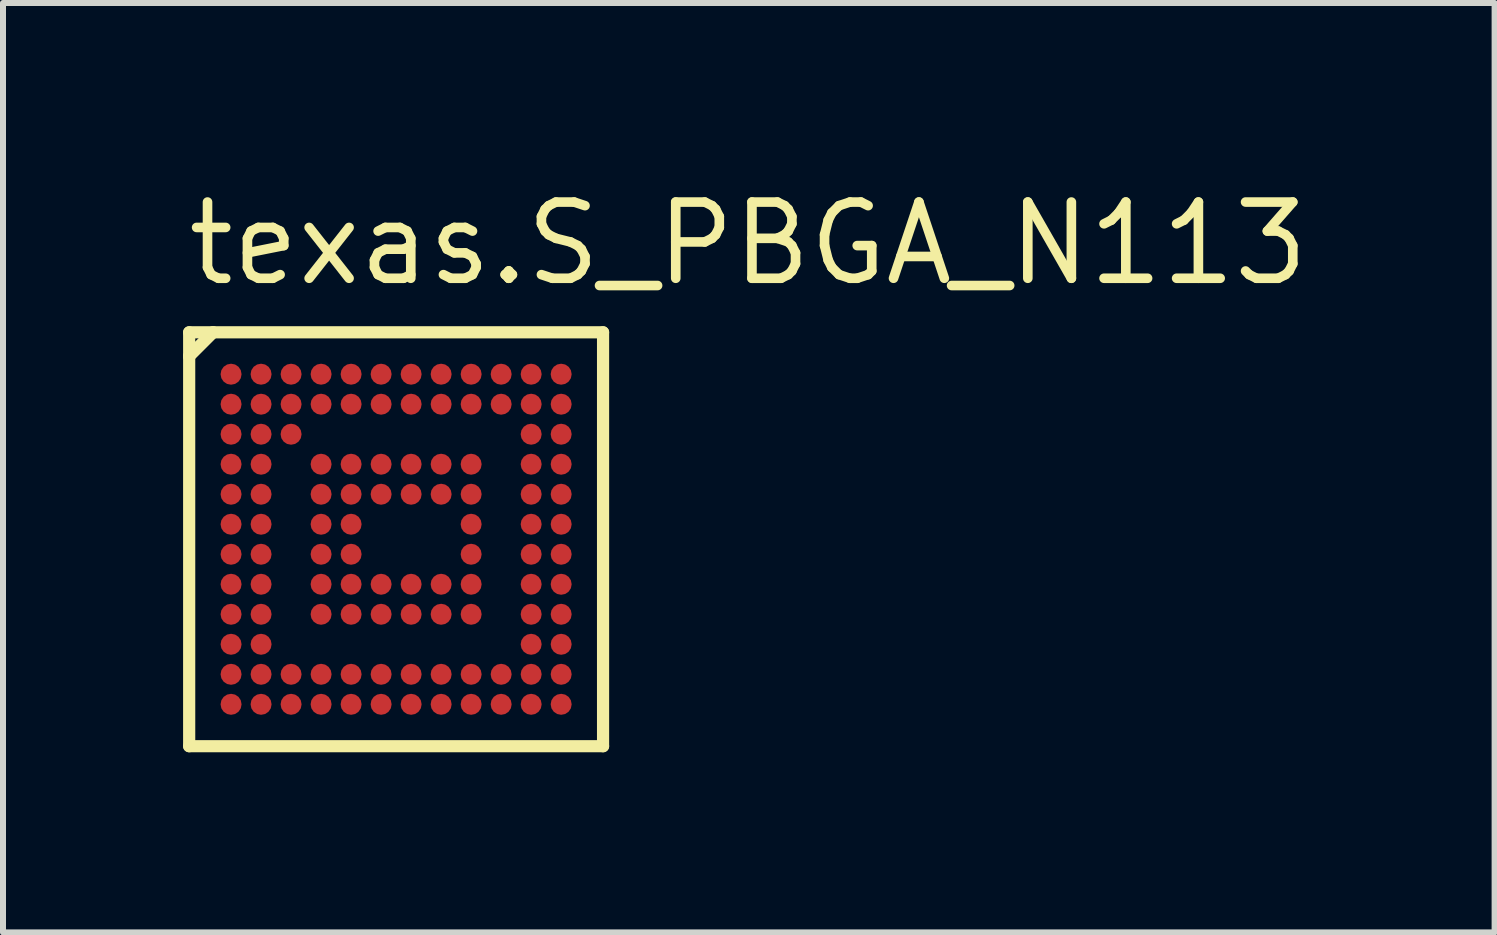
<source format=kicad_pcb>
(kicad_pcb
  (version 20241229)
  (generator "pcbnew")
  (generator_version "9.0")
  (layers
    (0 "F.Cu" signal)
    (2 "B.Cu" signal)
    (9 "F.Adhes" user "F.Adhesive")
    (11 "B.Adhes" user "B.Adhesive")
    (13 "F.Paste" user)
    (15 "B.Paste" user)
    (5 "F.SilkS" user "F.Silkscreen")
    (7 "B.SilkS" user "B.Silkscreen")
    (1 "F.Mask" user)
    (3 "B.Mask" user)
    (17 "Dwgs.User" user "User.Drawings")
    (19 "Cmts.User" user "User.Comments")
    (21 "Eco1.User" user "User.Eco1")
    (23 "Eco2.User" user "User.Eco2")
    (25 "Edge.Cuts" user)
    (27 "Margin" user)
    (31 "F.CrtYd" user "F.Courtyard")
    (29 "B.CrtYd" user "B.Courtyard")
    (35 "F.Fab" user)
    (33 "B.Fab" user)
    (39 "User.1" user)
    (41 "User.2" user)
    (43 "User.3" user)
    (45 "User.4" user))
  (footprint "texas.S_PBGA_N113"
    (layer "F.Cu")
    (at 3.55 5.935)
    (property "Reference" "texas.S_PBGA_N113" (at -3.55 -4.185 0) (layer "F.SilkS") (effects (font (size 1.27 1.27) (thickness 0.16)) (justify left bottom)))
    (attr smd)
    (fp_circle (center -2.75 -2.75) (end -2.575 -2.75) (stroke (width 0.1) (type default)) (fill no) (layer "F.Mask"))
    (fp_circle (center -2.75 -2.25) (end -2.575 -2.25) (stroke (width 0.1) (type default)) (fill no) (layer "F.Mask"))
    (fp_circle (center -2.75 -1.75) (end -2.575 -1.75) (stroke (width 0.1) (type default)) (fill no) (layer "F.Mask"))
    (fp_circle (center -2.75 -1.25) (end -2.575 -1.25) (stroke (width 0.1) (type default)) (fill no) (layer "F.Mask"))
    (fp_circle (center -2.75 -0.75) (end -2.575 -0.75) (stroke (width 0.1) (type default)) (fill no) (layer "F.Mask"))
    (fp_circle (center -2.75 -0.25) (end -2.575 -0.25) (stroke (width 0.1) (type default)) (fill no) (layer "F.Mask"))
    (fp_circle (center -2.75 0.25) (end -2.575 0.25) (stroke (width 0.1) (type default)) (fill no) (layer "F.Mask"))
    (fp_circle (center -2.75 0.75) (end -2.575 0.75) (stroke (width 0.1) (type default)) (fill no) (layer "F.Mask"))
    (fp_circle (center -2.75 1.25) (end -2.575 1.25) (stroke (width 0.1) (type default)) (fill no) (layer "F.Mask"))
    (fp_circle (center -2.75 1.75) (end -2.575 1.75) (stroke (width 0.1) (type default)) (fill no) (layer "F.Mask"))
    (fp_circle (center -2.75 2.25) (end -2.575 2.25) (stroke (width 0.1) (type default)) (fill no) (layer "F.Mask"))
    (fp_circle (center -2.75 2.75) (end -2.575 2.75) (stroke (width 0.1) (type default)) (fill no) (layer "F.Mask"))
    (fp_circle (center -2.25 -2.75) (end -2.075 -2.75) (stroke (width 0.1) (type default)) (fill no) (layer "F.Mask"))
    (fp_circle (center -2.25 -2.25) (end -2.075 -2.25) (stroke (width 0.1) (type default)) (fill no) (layer "F.Mask"))
    (fp_circle (center -2.25 -1.75) (end -2.075 -1.75) (stroke (width 0.1) (type default)) (fill no) (layer "F.Mask"))
    (fp_circle (center -2.25 -1.25) (end -2.075 -1.25) (stroke (width 0.1) (type default)) (fill no) (layer "F.Mask"))
    (fp_circle (center -2.25 -0.75) (end -2.075 -0.75) (stroke (width 0.1) (type default)) (fill no) (layer "F.Mask"))
    (fp_circle (center -2.25 -0.25) (end -2.075 -0.25) (stroke (width 0.1) (type default)) (fill no) (layer "F.Mask"))
    (fp_circle (center -2.25 0.25) (end -2.075 0.25) (stroke (width 0.1) (type default)) (fill no) (layer "F.Mask"))
    (fp_circle (center -2.25 0.75) (end -2.075 0.75) (stroke (width 0.1) (type default)) (fill no) (layer "F.Mask"))
    (fp_circle (center -2.25 1.25) (end -2.075 1.25) (stroke (width 0.1) (type default)) (fill no) (layer "F.Mask"))
    (fp_circle (center -2.25 1.75) (end -2.075 1.75) (stroke (width 0.1) (type default)) (fill no) (layer "F.Mask"))
    (fp_circle (center -2.25 2.25) (end -2.075 2.25) (stroke (width 0.1) (type default)) (fill no) (layer "F.Mask"))
    (fp_circle (center -2.25 2.75) (end -2.075 2.75) (stroke (width 0.1) (type default)) (fill no) (layer "F.Mask"))
    (fp_circle (center -1.75 -2.75) (end -1.575 -2.75) (stroke (width 0.1) (type default)) (fill no) (layer "F.Mask"))
    (fp_circle (center -1.75 -2.25) (end -1.575 -2.25) (stroke (width 0.1) (type default)) (fill no) (layer "F.Mask"))
    (fp_circle (center -1.75 -1.75) (end -1.575 -1.75) (stroke (width 0.1) (type default)) (fill no) (layer "F.Mask"))
    (fp_circle (center -1.75 2.25) (end -1.575 2.25) (stroke (width 0.1) (type default)) (fill no) (layer "F.Mask"))
    (fp_circle (center -1.75 2.75) (end -1.575 2.75) (stroke (width 0.1) (type default)) (fill no) (layer "F.Mask"))
    (fp_circle (center -1.25 -2.75) (end -1.075 -2.75) (stroke (width 0.1) (type default)) (fill no) (layer "F.Mask"))
    (fp_circle (center -1.25 -2.25) (end -1.075 -2.25) (stroke (width 0.1) (type default)) (fill no) (layer "F.Mask"))
    (fp_circle (center -1.25 -1.25) (end -1.075 -1.25) (stroke (width 0.1) (type default)) (fill no) (layer "F.Mask"))
    (fp_circle (center -1.25 -0.75) (end -1.075 -0.75) (stroke (width 0.1) (type default)) (fill no) (layer "F.Mask"))
    (fp_circle (center -1.25 -0.25) (end -1.075 -0.25) (stroke (width 0.1) (type default)) (fill no) (layer "F.Mask"))
    (fp_circle (center -1.25 0.25) (end -1.075 0.25) (stroke (width 0.1) (type default)) (fill no) (layer "F.Mask"))
    (fp_circle (center -1.25 0.75) (end -1.075 0.75) (stroke (width 0.1) (type default)) (fill no) (layer "F.Mask"))
    (fp_circle (center -1.25 1.25) (end -1.075 1.25) (stroke (width 0.1) (type default)) (fill no) (layer "F.Mask"))
    (fp_circle (center -1.25 2.25) (end -1.075 2.25) (stroke (width 0.1) (type default)) (fill no) (layer "F.Mask"))
    (fp_circle (center -1.25 2.75) (end -1.075 2.75) (stroke (width 0.1) (type default)) (fill no) (layer "F.Mask"))
    (fp_circle (center -0.75 -2.75) (end -0.575 -2.75) (stroke (width 0.1) (type default)) (fill no) (layer "F.Mask"))
    (fp_circle (center -0.75 -2.25) (end -0.575 -2.25) (stroke (width 0.1) (type default)) (fill no) (layer "F.Mask"))
    (fp_circle (center -0.75 -1.25) (end -0.575 -1.25) (stroke (width 0.1) (type default)) (fill no) (layer "F.Mask"))
    (fp_circle (center -0.75 -0.75) (end -0.575 -0.75) (stroke (width 0.1) (type default)) (fill no) (layer "F.Mask"))
    (fp_circle (center -0.75 -0.25) (end -0.575 -0.25) (stroke (width 0.1) (type default)) (fill no) (layer "F.Mask"))
    (fp_circle (center -0.75 0.25) (end -0.575 0.25) (stroke (width 0.1) (type default)) (fill no) (layer "F.Mask"))
    (fp_circle (center -0.75 0.75) (end -0.575 0.75) (stroke (width 0.1) (type default)) (fill no) (layer "F.Mask"))
    (fp_circle (center -0.75 1.25) (end -0.575 1.25) (stroke (width 0.1) (type default)) (fill no) (layer "F.Mask"))
    (fp_circle (center -0.75 2.25) (end -0.575 2.25) (stroke (width 0.1) (type default)) (fill no) (layer "F.Mask"))
    (fp_circle (center -0.75 2.75) (end -0.575 2.75) (stroke (width 0.1) (type default)) (fill no) (layer "F.Mask"))
    (fp_circle (center -0.25 -2.75) (end -0.075 -2.75) (stroke (width 0.1) (type default)) (fill no) (layer "F.Mask"))
    (fp_circle (center -0.25 -2.25) (end -0.075 -2.25) (stroke (width 0.1) (type default)) (fill no) (layer "F.Mask"))
    (fp_circle (center -0.25 -1.25) (end -0.075 -1.25) (stroke (width 0.1) (type default)) (fill no) (layer "F.Mask"))
    (fp_circle (center -0.25 -0.75) (end -0.075 -0.75) (stroke (width 0.1) (type default)) (fill no) (layer "F.Mask"))
    (fp_circle (center -0.25 0.75) (end -0.075 0.75) (stroke (width 0.1) (type default)) (fill no) (layer "F.Mask"))
    (fp_circle (center -0.25 1.25) (end -0.075 1.25) (stroke (width 0.1) (type default)) (fill no) (layer "F.Mask"))
    (fp_circle (center -0.25 2.25) (end -0.075 2.25) (stroke (width 0.1) (type default)) (fill no) (layer "F.Mask"))
    (fp_circle (center -0.25 2.75) (end -0.075 2.75) (stroke (width 0.1) (type default)) (fill no) (layer "F.Mask"))
    (fp_circle (center 0.25 -2.75) (end 0.425 -2.75) (stroke (width 0.1) (type default)) (fill no) (layer "F.Mask"))
    (fp_circle (center 0.25 -2.25) (end 0.425 -2.25) (stroke (width 0.1) (type default)) (fill no) (layer "F.Mask"))
    (fp_circle (center 0.25 -1.25) (end 0.425 -1.25) (stroke (width 0.1) (type default)) (fill no) (layer "F.Mask"))
    (fp_circle (center 0.25 -0.75) (end 0.425 -0.75) (stroke (width 0.1) (type default)) (fill no) (layer "F.Mask"))
    (fp_circle (center 0.25 0.75) (end 0.425 0.75) (stroke (width 0.1) (type default)) (fill no) (layer "F.Mask"))
    (fp_circle (center 0.25 1.25) (end 0.425 1.25) (stroke (width 0.1) (type default)) (fill no) (layer "F.Mask"))
    (fp_circle (center 0.25 2.25) (end 0.425 2.25) (stroke (width 0.1) (type default)) (fill no) (layer "F.Mask"))
    (fp_circle (center 0.25 2.75) (end 0.425 2.75) (stroke (width 0.1) (type default)) (fill no) (layer "F.Mask"))
    (fp_circle (center 0.75 -2.75) (end 0.925 -2.75) (stroke (width 0.1) (type default)) (fill no) (layer "F.Mask"))
    (fp_circle (center 0.75 -2.25) (end 0.925 -2.25) (stroke (width 0.1) (type default)) (fill no) (layer "F.Mask"))
    (fp_circle (center 0.75 -1.25) (end 0.925 -1.25) (stroke (width 0.1) (type default)) (fill no) (layer "F.Mask"))
    (fp_circle (center 0.75 -0.75) (end 0.925 -0.75) (stroke (width 0.1) (type default)) (fill no) (layer "F.Mask"))
    (fp_circle (center 0.75 0.75) (end 0.925 0.75) (stroke (width 0.1) (type default)) (fill no) (layer "F.Mask"))
    (fp_circle (center 0.75 1.25) (end 0.925 1.25) (stroke (width 0.1) (type default)) (fill no) (layer "F.Mask"))
    (fp_circle (center 0.75 2.25) (end 0.925 2.25) (stroke (width 0.1) (type default)) (fill no) (layer "F.Mask"))
    (fp_circle (center 0.75 2.75) (end 0.925 2.75) (stroke (width 0.1) (type default)) (fill no) (layer "F.Mask"))
    (fp_circle (center 1.25 -2.75) (end 1.425 -2.75) (stroke (width 0.1) (type default)) (fill no) (layer "F.Mask"))
    (fp_circle (center 1.25 -2.25) (end 1.425 -2.25) (stroke (width 0.1) (type default)) (fill no) (layer "F.Mask"))
    (fp_circle (center 1.25 -1.25) (end 1.425 -1.25) (stroke (width 0.1) (type default)) (fill no) (layer "F.Mask"))
    (fp_circle (center 1.25 -0.75) (end 1.425 -0.75) (stroke (width 0.1) (type default)) (fill no) (layer "F.Mask"))
    (fp_circle (center 1.25 -0.25) (end 1.425 -0.25) (stroke (width 0.1) (type default)) (fill no) (layer "F.Mask"))
    (fp_circle (center 1.25 0.25) (end 1.425 0.25) (stroke (width 0.1) (type default)) (fill no) (layer "F.Mask"))
    (fp_circle (center 1.25 0.75) (end 1.425 0.75) (stroke (width 0.1) (type default)) (fill no) (layer "F.Mask"))
    (fp_circle (center 1.25 1.25) (end 1.425 1.25) (stroke (width 0.1) (type default)) (fill no) (layer "F.Mask"))
    (fp_circle (center 1.25 2.25) (end 1.425 2.25) (stroke (width 0.1) (type default)) (fill no) (layer "F.Mask"))
    (fp_circle (center 1.25 2.75) (end 1.425 2.75) (stroke (width 0.1) (type default)) (fill no) (layer "F.Mask"))
    (fp_circle (center 1.75 -2.75) (end 1.925 -2.75) (stroke (width 0.1) (type default)) (fill no) (layer "F.Mask"))
    (fp_circle (center 1.75 -2.25) (end 1.925 -2.25) (stroke (width 0.1) (type default)) (fill no) (layer "F.Mask"))
    (fp_circle (center 1.75 2.25) (end 1.925 2.25) (stroke (width 0.1) (type default)) (fill no) (layer "F.Mask"))
    (fp_circle (center 1.75 2.75) (end 1.925 2.75) (stroke (width 0.1) (type default)) (fill no) (layer "F.Mask"))
    (fp_circle (center 2.25 -2.75) (end 2.425 -2.75) (stroke (width 0.1) (type default)) (fill no) (layer "F.Mask"))
    (fp_circle (center 2.25 -2.25) (end 2.425 -2.25) (stroke (width 0.1) (type default)) (fill no) (layer "F.Mask"))
    (fp_circle (center 2.25 -1.75) (end 2.425 -1.75) (stroke (width 0.1) (type default)) (fill no) (layer "F.Mask"))
    (fp_circle (center 2.25 -1.25) (end 2.425 -1.25) (stroke (width 0.1) (type default)) (fill no) (layer "F.Mask"))
    (fp_circle (center 2.25 -0.75) (end 2.425 -0.75) (stroke (width 0.1) (type default)) (fill no) (layer "F.Mask"))
    (fp_circle (center 2.25 -0.25) (end 2.425 -0.25) (stroke (width 0.1) (type default)) (fill no) (layer "F.Mask"))
    (fp_circle (center 2.25 0.25) (end 2.425 0.25) (stroke (width 0.1) (type default)) (fill no) (layer "F.Mask"))
    (fp_circle (center 2.25 0.75) (end 2.425 0.75) (stroke (width 0.1) (type default)) (fill no) (layer "F.Mask"))
    (fp_circle (center 2.25 1.25) (end 2.425 1.25) (stroke (width 0.1) (type default)) (fill no) (layer "F.Mask"))
    (fp_circle (center 2.25 1.75) (end 2.425 1.75) (stroke (width 0.1) (type default)) (fill no) (layer "F.Mask"))
    (fp_circle (center 2.25 2.25) (end 2.425 2.25) (stroke (width 0.1) (type default)) (fill no) (layer "F.Mask"))
    (fp_circle (center 2.25 2.75) (end 2.425 2.75) (stroke (width 0.1) (type default)) (fill no) (layer "F.Mask"))
    (fp_circle (center 2.75 -2.75) (end 2.925 -2.75) (stroke (width 0.1) (type default)) (fill no) (layer "F.Mask"))
    (fp_circle (center 2.75 -2.25) (end 2.925 -2.25) (stroke (width 0.1) (type default)) (fill no) (layer "F.Mask"))
    (fp_circle (center 2.75 -1.75) (end 2.925 -1.75) (stroke (width 0.1) (type default)) (fill no) (layer "F.Mask"))
    (fp_circle (center 2.75 -1.25) (end 2.925 -1.25) (stroke (width 0.1) (type default)) (fill no) (layer "F.Mask"))
    (fp_circle (center 2.75 -0.75) (end 2.925 -0.75) (stroke (width 0.1) (type default)) (fill no) (layer "F.Mask"))
    (fp_circle (center 2.75 -0.25) (end 2.925 -0.25) (stroke (width 0.1) (type default)) (fill no) (layer "F.Mask"))
    (fp_circle (center 2.75 0.25) (end 2.925 0.25) (stroke (width 0.1) (type default)) (fill no) (layer "F.Mask"))
    (fp_circle (center 2.75 0.75) (end 2.925 0.75) (stroke (width 0.1) (type default)) (fill no) (layer "F.Mask"))
    (fp_circle (center 2.75 1.25) (end 2.925 1.25) (stroke (width 0.1) (type default)) (fill no) (layer "F.Mask"))
    (fp_circle (center 2.75 1.75) (end 2.925 1.75) (stroke (width 0.1) (type default)) (fill no) (layer "F.Mask"))
    (fp_circle (center 2.75 2.25) (end 2.925 2.25) (stroke (width 0.1) (type default)) (fill no) (layer "F.Mask"))
    (fp_circle (center 2.75 2.75) (end 2.925 2.75) (stroke (width 0.1) (type default)) (fill no) (layer "F.Mask"))
    (fp_line (start -3.448 -3.448) (end -3.448 -3.05) (stroke (width 0.203) (type default)) (layer "F.SilkS"))
    (fp_line (start -3.448 -3.05) (end -3.448 3.448) (stroke (width 0.203) (type default)) (layer "F.SilkS"))
    (fp_line (start -3.448 -3.05) (end -3.05 -3.448) (stroke (width 0.203) (type default)) (layer "F.SilkS"))
    (fp_line (start -3.448 3.448) (end 3.448 3.448) (stroke (width 0.203) (type default)) (layer "F.SilkS"))
    (fp_line (start -3.05 -3.448) (end -3.448 -3.448) (stroke (width 0.203) (type default)) (layer "F.SilkS"))
    (fp_line (start 3.448 -3.448) (end -3.05 -3.448) (stroke (width 0.203) (type default)) (layer "F.SilkS"))
    (fp_line (start 3.448 3.448) (end 3.448 -3.448) (stroke (width 0.203) (type default)) (layer "F.SilkS"))
    (pad "A1" smd roundrect (at -2.75 -2.75) (size 0.35 0.35) (layers "F.Cu" "F.Mask" "F.Paste") (roundrect_rratio 0.5))
    (pad "A2" smd roundrect (at -2.25 -2.75) (size 0.35 0.35) (layers "F.Cu" "F.Mask" "F.Paste") (roundrect_rratio 0.5))
    (pad "A3" smd roundrect (at -1.75 -2.75) (size 0.35 0.35) (layers "F.Cu" "F.Mask" "F.Paste") (roundrect_rratio 0.5))
    (pad "A4" smd roundrect (at -1.25 -2.75) (size 0.35 0.35) (layers "F.Cu" "F.Mask" "F.Paste") (roundrect_rratio 0.5))
    (pad "A5" smd roundrect (at -0.75 -2.75) (size 0.35 0.35) (layers "F.Cu" "F.Mask" "F.Paste") (roundrect_rratio 0.5))
    (pad "A6" smd roundrect (at -0.25 -2.75) (size 0.35 0.35) (layers "F.Cu" "F.Mask" "F.Paste") (roundrect_rratio 0.5))
    (pad "A7" smd roundrect (at 0.25 -2.75) (size 0.35 0.35) (layers "F.Cu" "F.Mask" "F.Paste") (roundrect_rratio 0.5))
    (pad "A8" smd roundrect (at 0.75 -2.75) (size 0.35 0.35) (layers "F.Cu" "F.Mask" "F.Paste") (roundrect_rratio 0.5))
    (pad "A9" smd roundrect (at 1.25 -2.75) (size 0.35 0.35) (layers "F.Cu" "F.Mask" "F.Paste") (roundrect_rratio 0.5))
    (pad "A10" smd roundrect (at 1.75 -2.75) (size 0.35 0.35) (layers "F.Cu" "F.Mask" "F.Paste") (roundrect_rratio 0.5))
    (pad "A11" smd roundrect (at 2.25 -2.75) (size 0.35 0.35) (layers "F.Cu" "F.Mask" "F.Paste") (roundrect_rratio 0.5))
    (pad "A12" smd roundrect (at 2.75 -2.75) (size 0.35 0.35) (layers "F.Cu" "F.Mask" "F.Paste") (roundrect_rratio 0.5))
    (pad "B1" smd roundrect (at -2.75 -2.25) (size 0.35 0.35) (layers "F.Cu" "F.Mask" "F.Paste") (roundrect_rratio 0.5))
    (pad "B2" smd roundrect (at -2.25 -2.25) (size 0.35 0.35) (layers "F.Cu" "F.Mask" "F.Paste") (roundrect_rratio 0.5))
    (pad "B3" smd roundrect (at -1.75 -2.25) (size 0.35 0.35) (layers "F.Cu" "F.Mask" "F.Paste") (roundrect_rratio 0.5))
    (pad "B4" smd roundrect (at -1.25 -2.25) (size 0.35 0.35) (layers "F.Cu" "F.Mask" "F.Paste") (roundrect_rratio 0.5))
    (pad "B5" smd roundrect (at -0.75 -2.25) (size 0.35 0.35) (layers "F.Cu" "F.Mask" "F.Paste") (roundrect_rratio 0.5))
    (pad "B6" smd roundrect (at -0.25 -2.25) (size 0.35 0.35) (layers "F.Cu" "F.Mask" "F.Paste") (roundrect_rratio 0.5))
    (pad "B7" smd roundrect (at 0.25 -2.25) (size 0.35 0.35) (layers "F.Cu" "F.Mask" "F.Paste") (roundrect_rratio 0.5))
    (pad "B8" smd roundrect (at 0.75 -2.25) (size 0.35 0.35) (layers "F.Cu" "F.Mask" "F.Paste") (roundrect_rratio 0.5))
    (pad "B9" smd roundrect (at 1.25 -2.25) (size 0.35 0.35) (layers "F.Cu" "F.Mask" "F.Paste") (roundrect_rratio 0.5))
    (pad "B10" smd roundrect (at 1.75 -2.25) (size 0.35 0.35) (layers "F.Cu" "F.Mask" "F.Paste") (roundrect_rratio 0.5))
    (pad "B11" smd roundrect (at 2.25 -2.25) (size 0.35 0.35) (layers "F.Cu" "F.Mask" "F.Paste") (roundrect_rratio 0.5))
    (pad "B12" smd roundrect (at 2.75 -2.25) (size 0.35 0.35) (layers "F.Cu" "F.Mask" "F.Paste") (roundrect_rratio 0.5))
    (pad "C1" smd roundrect (at -2.75 -1.75) (size 0.35 0.35) (layers "F.Cu" "F.Mask" "F.Paste") (roundrect_rratio 0.5))
    (pad "C2" smd roundrect (at -2.25 -1.75) (size 0.35 0.35) (layers "F.Cu" "F.Mask" "F.Paste") (roundrect_rratio 0.5))
    (pad "C3" smd roundrect (at -1.75 -1.75) (size 0.35 0.35) (layers "F.Cu" "F.Mask" "F.Paste") (roundrect_rratio 0.5))
    (pad "C11" smd roundrect (at 2.25 -1.75) (size 0.35 0.35) (layers "F.Cu" "F.Mask" "F.Paste") (roundrect_rratio 0.5))
    (pad "C12" smd roundrect (at 2.75 -1.75) (size 0.35 0.35) (layers "F.Cu" "F.Mask" "F.Paste") (roundrect_rratio 0.5))
    (pad "D1" smd roundrect (at -2.75 -1.25) (size 0.35 0.35) (layers "F.Cu" "F.Mask" "F.Paste") (roundrect_rratio 0.5))
    (pad "D2" smd roundrect (at -2.25 -1.25) (size 0.35 0.35) (layers "F.Cu" "F.Mask" "F.Paste") (roundrect_rratio 0.5))
    (pad "D4" smd roundrect (at -1.25 -1.25) (size 0.35 0.35) (layers "F.Cu" "F.Mask" "F.Paste") (roundrect_rratio 0.5))
    (pad "D5" smd roundrect (at -0.75 -1.25) (size 0.35 0.35) (layers "F.Cu" "F.Mask" "F.Paste") (roundrect_rratio 0.5))
    (pad "D6" smd roundrect (at -0.25 -1.25) (size 0.35 0.35) (layers "F.Cu" "F.Mask" "F.Paste") (roundrect_rratio 0.5))
    (pad "D7" smd roundrect (at 0.25 -1.25) (size 0.35 0.35) (layers "F.Cu" "F.Mask" "F.Paste") (roundrect_rratio 0.5))
    (pad "D8" smd roundrect (at 0.75 -1.25) (size 0.35 0.35) (layers "F.Cu" "F.Mask" "F.Paste") (roundrect_rratio 0.5))
    (pad "D9" smd roundrect (at 1.25 -1.25) (size 0.35 0.35) (layers "F.Cu" "F.Mask" "F.Paste") (roundrect_rratio 0.5))
    (pad "D11" smd roundrect (at 2.25 -1.25) (size 0.35 0.35) (layers "F.Cu" "F.Mask" "F.Paste") (roundrect_rratio 0.5))
    (pad "D12" smd roundrect (at 2.75 -1.25) (size 0.35 0.35) (layers "F.Cu" "F.Mask" "F.Paste") (roundrect_rratio 0.5))
    (pad "E1" smd roundrect (at -2.75 -0.75) (size 0.35 0.35) (layers "F.Cu" "F.Mask" "F.Paste") (roundrect_rratio 0.5))
    (pad "E2" smd roundrect (at -2.25 -0.75) (size 0.35 0.35) (layers "F.Cu" "F.Mask" "F.Paste") (roundrect_rratio 0.5))
    (pad "E4" smd roundrect (at -1.25 -0.75) (size 0.35 0.35) (layers "F.Cu" "F.Mask" "F.Paste") (roundrect_rratio 0.5))
    (pad "E5" smd roundrect (at -0.75 -0.75) (size 0.35 0.35) (layers "F.Cu" "F.Mask" "F.Paste") (roundrect_rratio 0.5))
    (pad "E6" smd roundrect (at -0.25 -0.75) (size 0.35 0.35) (layers "F.Cu" "F.Mask" "F.Paste") (roundrect_rratio 0.5))
    (pad "E7" smd roundrect (at 0.25 -0.75) (size 0.35 0.35) (layers "F.Cu" "F.Mask" "F.Paste") (roundrect_rratio 0.5))
    (pad "E8" smd roundrect (at 0.75 -0.75) (size 0.35 0.35) (layers "F.Cu" "F.Mask" "F.Paste") (roundrect_rratio 0.5))
    (pad "E9" smd roundrect (at 1.25 -0.75) (size 0.35 0.35) (layers "F.Cu" "F.Mask" "F.Paste") (roundrect_rratio 0.5))
    (pad "E11" smd roundrect (at 2.25 -0.75) (size 0.35 0.35) (layers "F.Cu" "F.Mask" "F.Paste") (roundrect_rratio 0.5))
    (pad "E12" smd roundrect (at 2.75 -0.75) (size 0.35 0.35) (layers "F.Cu" "F.Mask" "F.Paste") (roundrect_rratio 0.5))
    (pad "F1" smd roundrect (at -2.75 -0.25) (size 0.35 0.35) (layers "F.Cu" "F.Mask" "F.Paste") (roundrect_rratio 0.5))
    (pad "F2" smd roundrect (at -2.25 -0.25) (size 0.35 0.35) (layers "F.Cu" "F.Mask" "F.Paste") (roundrect_rratio 0.5))
    (pad "F4" smd roundrect (at -1.25 -0.25) (size 0.35 0.35) (layers "F.Cu" "F.Mask" "F.Paste") (roundrect_rratio 0.5))
    (pad "F5" smd roundrect (at -0.75 -0.25) (size 0.35 0.35) (layers "F.Cu" "F.Mask" "F.Paste") (roundrect_rratio 0.5))
    (pad "F9" smd roundrect (at 1.25 -0.25) (size 0.35 0.35) (layers "F.Cu" "F.Mask" "F.Paste") (roundrect_rratio 0.5))
    (pad "F11" smd roundrect (at 2.25 -0.25) (size 0.35 0.35) (layers "F.Cu" "F.Mask" "F.Paste") (roundrect_rratio 0.5))
    (pad "F12" smd roundrect (at 2.75 -0.25) (size 0.35 0.35) (layers "F.Cu" "F.Mask" "F.Paste") (roundrect_rratio 0.5))
    (pad "G1" smd roundrect (at -2.75 0.25) (size 0.35 0.35) (layers "F.Cu" "F.Mask" "F.Paste") (roundrect_rratio 0.5))
    (pad "G2" smd roundrect (at -2.25 0.25) (size 0.35 0.35) (layers "F.Cu" "F.Mask" "F.Paste") (roundrect_rratio 0.5))
    (pad "G4" smd roundrect (at -1.25 0.25) (size 0.35 0.35) (layers "F.Cu" "F.Mask" "F.Paste") (roundrect_rratio 0.5))
    (pad "G5" smd roundrect (at -0.75 0.25) (size 0.35 0.35) (layers "F.Cu" "F.Mask" "F.Paste") (roundrect_rratio 0.5))
    (pad "G9" smd roundrect (at 1.25 0.25) (size 0.35 0.35) (layers "F.Cu" "F.Mask" "F.Paste") (roundrect_rratio 0.5))
    (pad "G11" smd roundrect (at 2.25 0.25) (size 0.35 0.35) (layers "F.Cu" "F.Mask" "F.Paste") (roundrect_rratio 0.5))
    (pad "G12" smd roundrect (at 2.75 0.25) (size 0.35 0.35) (layers "F.Cu" "F.Mask" "F.Paste") (roundrect_rratio 0.5))
    (pad "H1" smd roundrect (at -2.75 0.75) (size 0.35 0.35) (layers "F.Cu" "F.Mask" "F.Paste") (roundrect_rratio 0.5))
    (pad "H2" smd roundrect (at -2.25 0.75) (size 0.35 0.35) (layers "F.Cu" "F.Mask" "F.Paste") (roundrect_rratio 0.5))
    (pad "H4" smd roundrect (at -1.25 0.75) (size 0.35 0.35) (layers "F.Cu" "F.Mask" "F.Paste") (roundrect_rratio 0.5))
    (pad "H5" smd roundrect (at -0.75 0.75) (size 0.35 0.35) (layers "F.Cu" "F.Mask" "F.Paste") (roundrect_rratio 0.5))
    (pad "H6" smd roundrect (at -0.25 0.75) (size 0.35 0.35) (layers "F.Cu" "F.Mask" "F.Paste") (roundrect_rratio 0.5))
    (pad "H7" smd roundrect (at 0.25 0.75) (size 0.35 0.35) (layers "F.Cu" "F.Mask" "F.Paste") (roundrect_rratio 0.5))
    (pad "H8" smd roundrect (at 0.75 0.75) (size 0.35 0.35) (layers "F.Cu" "F.Mask" "F.Paste") (roundrect_rratio 0.5))
    (pad "H9" smd roundrect (at 1.25 0.75) (size 0.35 0.35) (layers "F.Cu" "F.Mask" "F.Paste") (roundrect_rratio 0.5))
    (pad "H11" smd roundrect (at 2.25 0.75) (size 0.35 0.35) (layers "F.Cu" "F.Mask" "F.Paste") (roundrect_rratio 0.5))
    (pad "H12" smd roundrect (at 2.75 0.75) (size 0.35 0.35) (layers "F.Cu" "F.Mask" "F.Paste") (roundrect_rratio 0.5))
    (pad "J1" smd roundrect (at -2.75 1.25) (size 0.35 0.35) (layers "F.Cu" "F.Mask" "F.Paste") (roundrect_rratio 0.5))
    (pad "J2" smd roundrect (at -2.25 1.25) (size 0.35 0.35) (layers "F.Cu" "F.Mask" "F.Paste") (roundrect_rratio 0.5))
    (pad "J4" smd roundrect (at -1.25 1.25) (size 0.35 0.35) (layers "F.Cu" "F.Mask" "F.Paste") (roundrect_rratio 0.5))
    (pad "J5" smd roundrect (at -0.75 1.25) (size 0.35 0.35) (layers "F.Cu" "F.Mask" "F.Paste") (roundrect_rratio 0.5))
    (pad "J6" smd roundrect (at -0.25 1.25) (size 0.35 0.35) (layers "F.Cu" "F.Mask" "F.Paste") (roundrect_rratio 0.5))
    (pad "J7" smd roundrect (at 0.25 1.25) (size 0.35 0.35) (layers "F.Cu" "F.Mask" "F.Paste") (roundrect_rratio 0.5))
    (pad "J8" smd roundrect (at 0.75 1.25) (size 0.35 0.35) (layers "F.Cu" "F.Mask" "F.Paste") (roundrect_rratio 0.5))
    (pad "J9" smd roundrect (at 1.25 1.25) (size 0.35 0.35) (layers "F.Cu" "F.Mask" "F.Paste") (roundrect_rratio 0.5))
    (pad "J11" smd roundrect (at 2.25 1.25) (size 0.35 0.35) (layers "F.Cu" "F.Mask" "F.Paste") (roundrect_rratio 0.5))
    (pad "J12" smd roundrect (at 2.75 1.25) (size 0.35 0.35) (layers "F.Cu" "F.Mask" "F.Paste") (roundrect_rratio 0.5))
    (pad "K1" smd roundrect (at -2.75 1.75) (size 0.35 0.35) (layers "F.Cu" "F.Mask" "F.Paste") (roundrect_rratio 0.5))
    (pad "K2" smd roundrect (at -2.25 1.75) (size 0.35 0.35) (layers "F.Cu" "F.Mask" "F.Paste") (roundrect_rratio 0.5))
    (pad "K11" smd roundrect (at 2.25 1.75) (size 0.35 0.35) (layers "F.Cu" "F.Mask" "F.Paste") (roundrect_rratio 0.5))
    (pad "K12" smd roundrect (at 2.75 1.75) (size 0.35 0.35) (layers "F.Cu" "F.Mask" "F.Paste") (roundrect_rratio 0.5))
    (pad "L1" smd roundrect (at -2.75 2.25) (size 0.35 0.35) (layers "F.Cu" "F.Mask" "F.Paste") (roundrect_rratio 0.5))
    (pad "L2" smd roundrect (at -2.25 2.25) (size 0.35 0.35) (layers "F.Cu" "F.Mask" "F.Paste") (roundrect_rratio 0.5))
    (pad "L3" smd roundrect (at -1.75 2.25) (size 0.35 0.35) (layers "F.Cu" "F.Mask" "F.Paste") (roundrect_rratio 0.5))
    (pad "L4" smd roundrect (at -1.25 2.25) (size 0.35 0.35) (layers "F.Cu" "F.Mask" "F.Paste") (roundrect_rratio 0.5))
    (pad "L5" smd roundrect (at -0.75 2.25) (size 0.35 0.35) (layers "F.Cu" "F.Mask" "F.Paste") (roundrect_rratio 0.5))
    (pad "L6" smd roundrect (at -0.25 2.25) (size 0.35 0.35) (layers "F.Cu" "F.Mask" "F.Paste") (roundrect_rratio 0.5))
    (pad "L7" smd roundrect (at 0.25 2.25) (size 0.35 0.35) (layers "F.Cu" "F.Mask" "F.Paste") (roundrect_rratio 0.5))
    (pad "L8" smd roundrect (at 0.75 2.25) (size 0.35 0.35) (layers "F.Cu" "F.Mask" "F.Paste") (roundrect_rratio 0.5))
    (pad "L9" smd roundrect (at 1.25 2.25) (size 0.35 0.35) (layers "F.Cu" "F.Mask" "F.Paste") (roundrect_rratio 0.5))
    (pad "L10" smd roundrect (at 1.75 2.25) (size 0.35 0.35) (layers "F.Cu" "F.Mask" "F.Paste") (roundrect_rratio 0.5))
    (pad "L11" smd roundrect (at 2.25 2.25) (size 0.35 0.35) (layers "F.Cu" "F.Mask" "F.Paste") (roundrect_rratio 0.5))
    (pad "L12" smd roundrect (at 2.75 2.25) (size 0.35 0.35) (layers "F.Cu" "F.Mask" "F.Paste") (roundrect_rratio 0.5))
    (pad "M1" smd roundrect (at -2.75 2.75) (size 0.35 0.35) (layers "F.Cu" "F.Mask" "F.Paste") (roundrect_rratio 0.5))
    (pad "M2" smd roundrect (at -2.25 2.75) (size 0.35 0.35) (layers "F.Cu" "F.Mask" "F.Paste") (roundrect_rratio 0.5))
    (pad "M3" smd roundrect (at -1.75 2.75) (size 0.35 0.35) (layers "F.Cu" "F.Mask" "F.Paste") (roundrect_rratio 0.5))
    (pad "M4" smd roundrect (at -1.25 2.75) (size 0.35 0.35) (layers "F.Cu" "F.Mask" "F.Paste") (roundrect_rratio 0.5))
    (pad "M5" smd roundrect (at -0.75 2.75) (size 0.35 0.35) (layers "F.Cu" "F.Mask" "F.Paste") (roundrect_rratio 0.5))
    (pad "M6" smd roundrect (at -0.25 2.75) (size 0.35 0.35) (layers "F.Cu" "F.Mask" "F.Paste") (roundrect_rratio 0.5))
    (pad "M7" smd roundrect (at 0.25 2.75) (size 0.35 0.35) (layers "F.Cu" "F.Mask" "F.Paste") (roundrect_rratio 0.5))
    (pad "M8" smd roundrect (at 0.75 2.75) (size 0.35 0.35) (layers "F.Cu" "F.Mask" "F.Paste") (roundrect_rratio 0.5))
    (pad "M9" smd roundrect (at 1.25 2.75) (size 0.35 0.35) (layers "F.Cu" "F.Mask" "F.Paste") (roundrect_rratio 0.5))
    (pad "M10" smd roundrect (at 1.75 2.75) (size 0.35 0.35) (layers "F.Cu" "F.Mask" "F.Paste") (roundrect_rratio 0.5))
    (pad "M11" smd roundrect (at 2.25 2.75) (size 0.35 0.35) (layers "F.Cu" "F.Mask" "F.Paste") (roundrect_rratio 0.5))
    (pad "M12" smd roundrect (at 2.75 2.75) (size 0.35 0.35) (layers "F.Cu" "F.Mask" "F.Paste") (roundrect_rratio 0.5)))
  (gr_rect
    (start -3 -3)
    (end 21.853 12.485)
    (stroke (width 0.1) (type default))
    (fill no)
    (layer "Edge.Cuts")))
</source>
